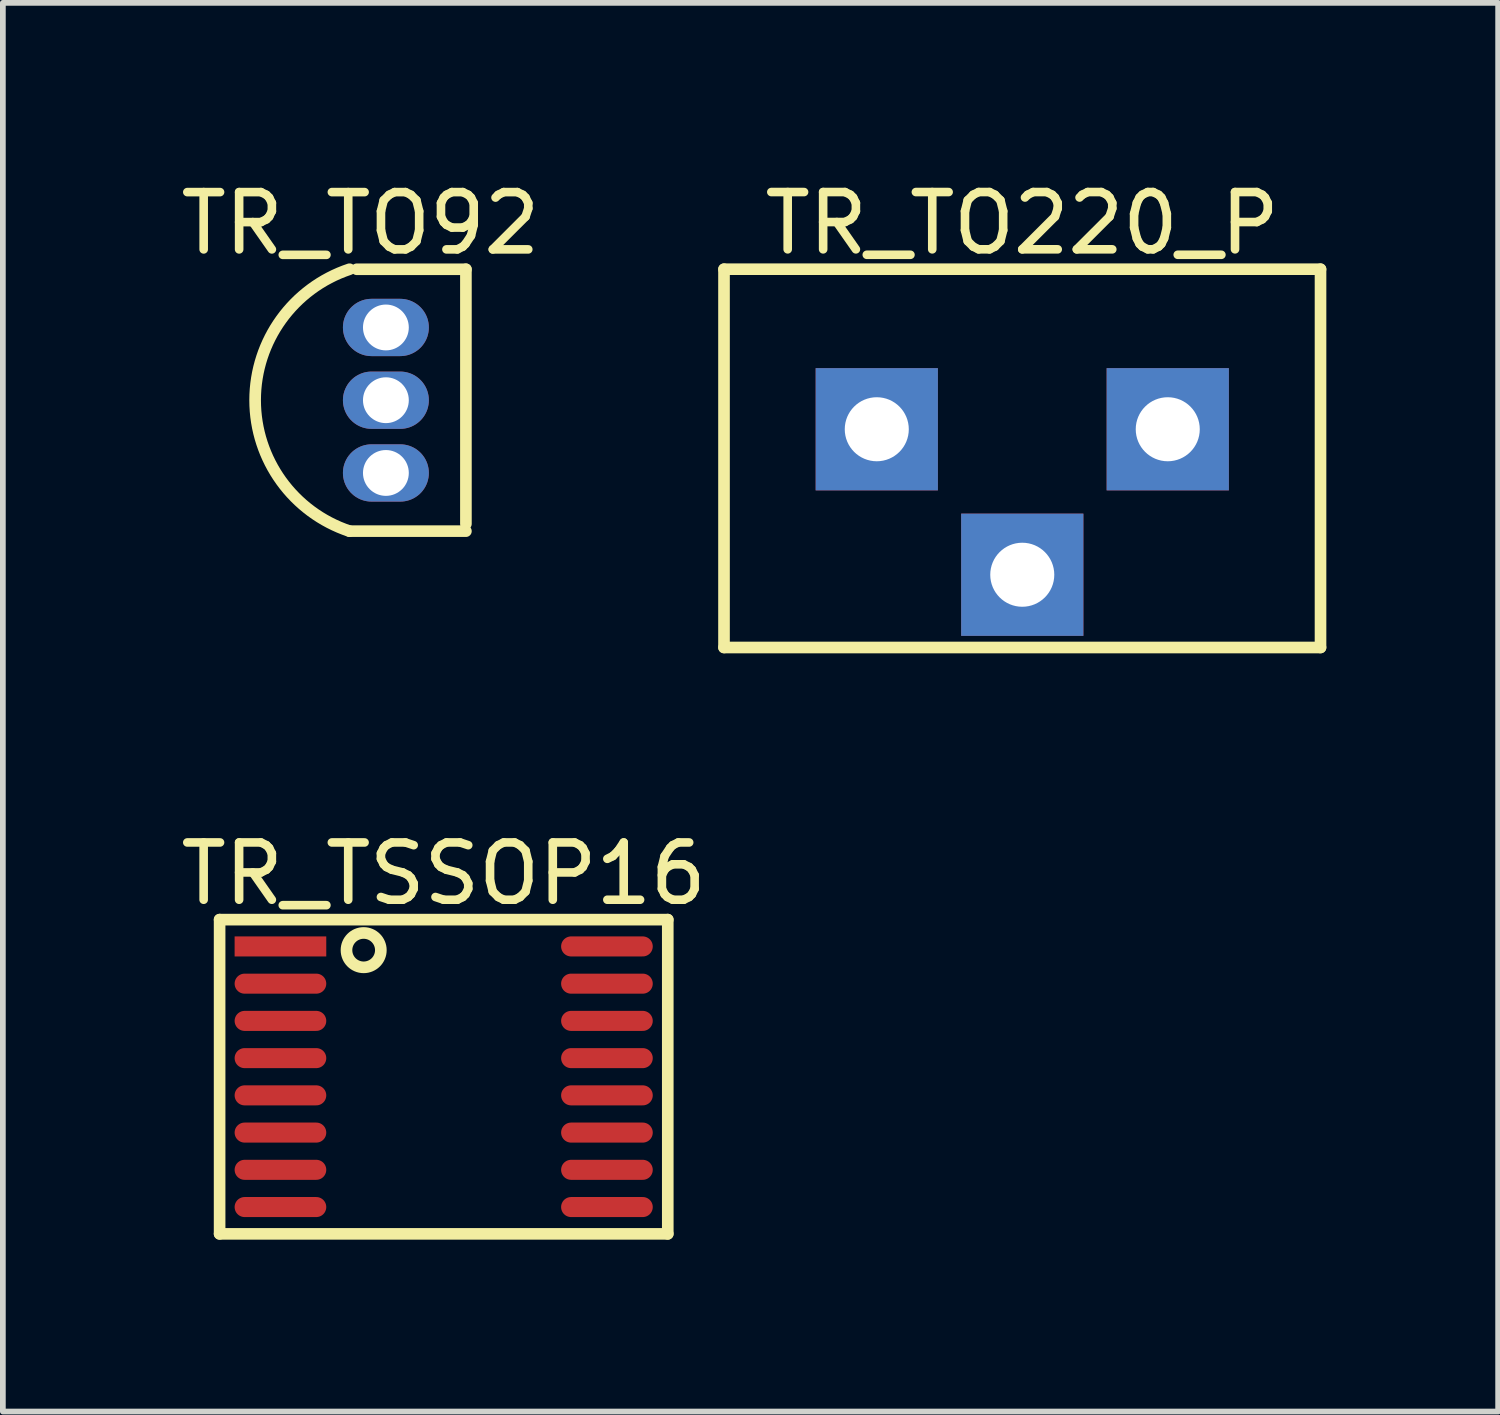
<source format=kicad_pcb>
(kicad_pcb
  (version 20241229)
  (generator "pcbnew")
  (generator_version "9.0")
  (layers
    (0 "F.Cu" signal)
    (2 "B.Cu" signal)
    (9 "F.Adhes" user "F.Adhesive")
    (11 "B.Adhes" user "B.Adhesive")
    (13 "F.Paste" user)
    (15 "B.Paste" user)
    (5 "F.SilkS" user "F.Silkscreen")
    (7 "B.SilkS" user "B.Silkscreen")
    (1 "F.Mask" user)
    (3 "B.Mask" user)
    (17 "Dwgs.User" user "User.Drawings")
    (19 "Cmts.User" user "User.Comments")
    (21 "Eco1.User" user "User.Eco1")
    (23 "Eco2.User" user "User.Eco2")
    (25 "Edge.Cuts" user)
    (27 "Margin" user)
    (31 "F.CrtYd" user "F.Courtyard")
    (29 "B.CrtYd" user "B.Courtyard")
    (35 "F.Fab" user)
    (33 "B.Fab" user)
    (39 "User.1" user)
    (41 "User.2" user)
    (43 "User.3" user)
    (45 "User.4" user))
  (footprint "TR_TSSOP16"
    (layer "F.Cu")
    (at 4.696 15.748)
    (property "Reference" "TR_TSSOP16" (at 0 -3.545 0) (layer "F.SilkS") (effects (font (size 1 1) (thickness 0.15))))
    (fp_line (start -3.912 -2.743) (end 3.912 -2.743) (stroke (width 0.203) (type solid)) (layer "F.SilkS"))
    (fp_line (start -3.912 2.743) (end -3.912 -2.743) (stroke (width 0.203) (type solid)) (layer "F.SilkS"))
    (fp_line (start -3.912 2.743) (end 3.912 2.743) (stroke (width 0.203) (type solid)) (layer "F.SilkS"))
    (fp_line (start 3.912 2.743) (end 3.912 -2.743) (stroke (width 0.203) (type solid)) (layer "F.SilkS"))
    (fp_circle (center -1.397 -2.21) (end -1.397 -2.51) (stroke (width 0.203) (type solid)) (fill no) (layer "F.SilkS"))
    (pad "1" smd rect (at -2.85 -2.275 90) (size 0.35 1.6) (layers "F.Cu" "F.Mask" "F.Paste"))
    (pad "2" smd oval (at -2.85 -1.625 90) (size 0.35 1.6) (layers "F.Cu" "F.Mask" "F.Paste"))
    (pad "3" smd oval (at -2.85 -0.975 90) (size 0.35 1.6) (layers "F.Cu" "F.Mask" "F.Paste"))
    (pad "4" smd oval (at -2.85 -0.325 90) (size 0.35 1.6) (layers "F.Cu" "F.Mask" "F.Paste"))
    (pad "5" smd oval (at -2.85 0.325 90) (size 0.35 1.6) (layers "F.Cu" "F.Mask" "F.Paste"))
    (pad "6" smd oval (at -2.85 0.975 90) (size 0.35 1.6) (layers "F.Cu" "F.Mask" "F.Paste"))
    (pad "7" smd oval (at -2.85 1.625 90) (size 0.35 1.6) (layers "F.Cu" "F.Mask" "F.Paste"))
    (pad "8" smd oval (at -2.85 2.275 90) (size 0.35 1.6) (layers "F.Cu" "F.Mask" "F.Paste"))
    (pad "9" smd oval (at 2.85 2.275 90) (size 0.35 1.6) (layers "F.Cu" "F.Mask" "F.Paste"))
    (pad "10" smd oval (at 2.85 1.625 90) (size 0.35 1.6) (layers "F.Cu" "F.Mask" "F.Paste"))
    (pad "11" smd oval (at 2.85 0.975 90) (size 0.35 1.6) (layers "F.Cu" "F.Mask" "F.Paste"))
    (pad "12" smd oval (at 2.85 0.325 90) (size 0.35 1.6) (layers "F.Cu" "F.Mask" "F.Paste"))
    (pad "13" smd oval (at 2.85 -0.325 90) (size 0.35 1.6) (layers "F.Cu" "F.Mask" "F.Paste"))
    (pad "14" smd oval (at 2.85 -0.975 90) (size 0.35 1.6) (layers "F.Cu" "F.Mask" "F.Paste"))
    (pad "15" smd oval (at 2.85 -1.625 90) (size 0.35 1.6) (layers "F.Cu" "F.Mask" "F.Paste"))
    (pad "16" smd oval (at 2.85 -2.275 90) (size 0.35 1.6) (layers "F.Cu" "F.Mask" "F.Paste")))
  (footprint "TR_TO220_P"
    (layer "F.Cu")
    (at 11.114 4.317)
    (property "Reference" "TR_TO220_P" (at 3.683 -3.469 0) (layer "F.SilkS") (effects (font (size 1 1) (thickness 0.15))))
    (fp_line (start -1.524 -2.667) (end 8.89 -2.667) (stroke (width 0.203) (type solid)) (layer "F.SilkS"))
    (fp_line (start -1.524 3.937) (end -1.524 -2.667) (stroke (width 0.203) (type solid)) (layer "F.SilkS"))
    (fp_line (start -1.524 3.937) (end 8.89 3.937) (stroke (width 0.203) (type solid)) (layer "F.SilkS"))
    (fp_line (start 8.89 3.937) (end 8.89 -2.667) (stroke (width 0.203) (type solid)) (layer "F.SilkS"))
    (pad "B" thru_hole rect (at 1.143 0.127) (size 2.134 2.134) (drill 1.118) (layers "*.Cu" "*.Mask"))
    (pad "C" thru_hole rect (at 3.683 2.667) (size 2.134 2.134) (drill 1.118) (layers "*.Cu" "*.Mask"))
    (pad "E" thru_hole rect (at 6.223 0.127) (size 2.134 2.134) (drill 1.118) (layers "*.Cu" "*.Mask")))
  (footprint "TR_TO92"
    (layer "F.Cu")
    (at 2.544 6.477)
    (property "Reference" "TR_TO92" (at 0.7 -5.628 0) (layer "F.SilkS") (effects (font (size 1 1) (thickness 0.15))))
    (fp_line (start 0.508 -0.254) (end 2.54 -0.254) (stroke (width 0.203) (type solid)) (layer "F.SilkS"))
    (fp_line (start 0.635 -4.826) (end 2.54 -4.826) (stroke (width 0.203) (type solid)) (layer "F.SilkS"))
    (fp_line (start 2.54 -0.381) (end 2.54 -4.826) (stroke (width 0.203) (type solid)) (layer "F.SilkS"))
    (fp_arc (start 0.507999 -0.254004) (mid -1.13989 -2.54033) (end 0.507999 -4.826656) (stroke (width 0.2032) (type solid)) (layer "F.SilkS"))
    (pad "B" thru_hole oval (at 1.143 -2.54) (size 1.5 1) (drill 0.8) (layers "*.Cu" "*.Mask"))
    (pad "C" thru_hole oval (at 1.143 -1.27) (size 1.5 1) (drill 0.8) (layers "*.Cu" "*.Mask"))
    (pad "E" thru_hole oval (at 1.143 -3.81) (size 1.5 1) (drill 0.8) (layers "*.Cu" "*.Mask")))
  (gr_rect
    (start -3 -3)
    (end 23.105 21.593)
    (stroke (width 0.1) (type default))
    (fill no)
    (layer "Edge.Cuts")))
</source>
